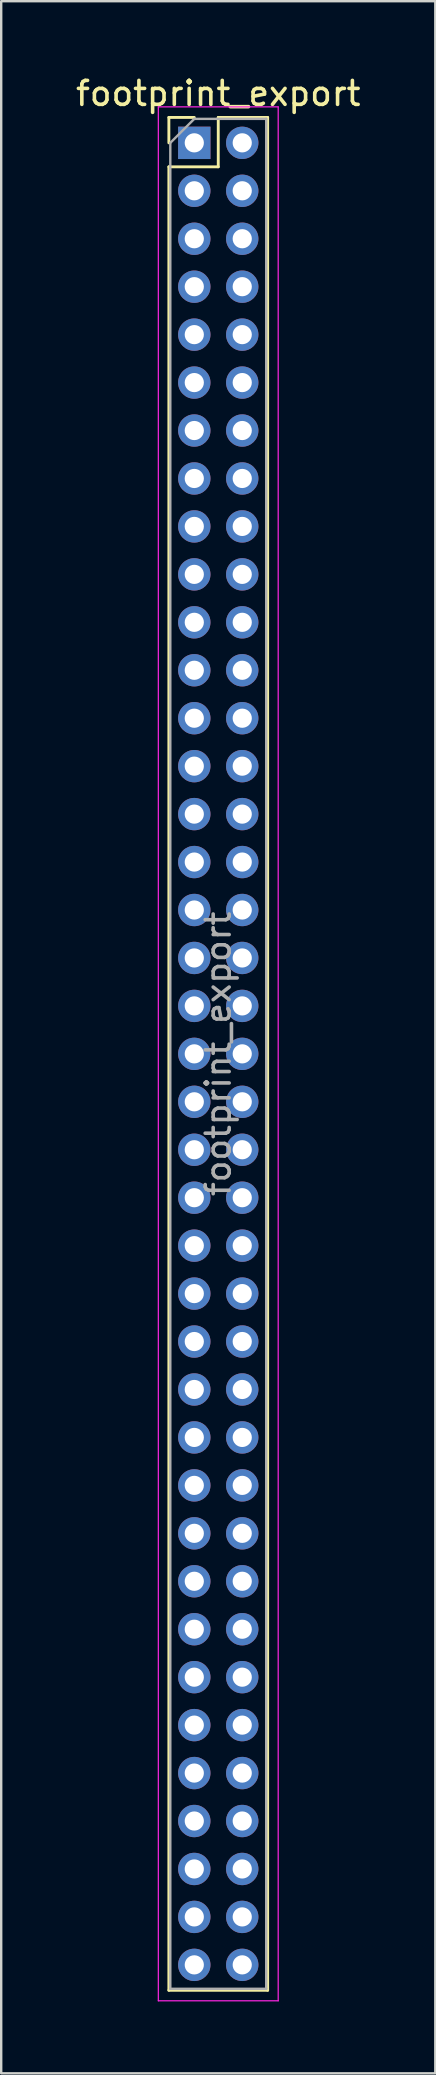
<source format=kicad_pcb>
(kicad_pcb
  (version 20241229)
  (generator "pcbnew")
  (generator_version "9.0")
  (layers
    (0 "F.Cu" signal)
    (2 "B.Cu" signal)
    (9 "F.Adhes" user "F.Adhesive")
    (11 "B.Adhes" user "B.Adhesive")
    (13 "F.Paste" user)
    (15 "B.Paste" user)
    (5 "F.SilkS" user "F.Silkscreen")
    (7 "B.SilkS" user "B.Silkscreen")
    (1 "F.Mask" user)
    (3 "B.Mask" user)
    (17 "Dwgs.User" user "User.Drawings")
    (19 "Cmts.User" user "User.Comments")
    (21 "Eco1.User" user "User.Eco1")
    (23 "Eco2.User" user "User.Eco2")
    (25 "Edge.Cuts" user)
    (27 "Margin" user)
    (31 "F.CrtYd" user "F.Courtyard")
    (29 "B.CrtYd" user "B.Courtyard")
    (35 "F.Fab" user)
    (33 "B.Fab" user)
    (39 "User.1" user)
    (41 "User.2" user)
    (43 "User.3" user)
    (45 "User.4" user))
  (footprint "footprint_export"
    (layer "F.Cu")
    (at 5.054 2.908)
    (property "Reference" "footprint_export" (at 1 -2.06 0) (layer "F.SilkS") (effects (font (size 1 1) (thickness 0.15))))
    (attr through_hole)
    (fp_line (start -1.06 -1.06) (end 0 -1.06) (stroke (width 0.12) (type solid)) (layer "F.SilkS"))
    (fp_line (start -1.06 0) (end -1.06 -1.06) (stroke (width 0.12) (type solid)) (layer "F.SilkS"))
    (fp_line (start -1.06 1) (end -1.06 77.06) (stroke (width 0.12) (type solid)) (layer "F.SilkS"))
    (fp_line (start -1.06 1) (end 1 1) (stroke (width 0.12) (type solid)) (layer "F.SilkS"))
    (fp_line (start -1.06 77.06) (end 3.06 77.06) (stroke (width 0.12) (type solid)) (layer "F.SilkS"))
    (fp_line (start 1 -1.06) (end 3.06 -1.06) (stroke (width 0.12) (type solid)) (layer "F.SilkS"))
    (fp_line (start 1 1) (end 1 -1.06) (stroke (width 0.12) (type solid)) (layer "F.SilkS"))
    (fp_line (start 3.06 -1.06) (end 3.06 77.06) (stroke (width 0.12) (type solid)) (layer "F.SilkS"))
    (fp_line (start -1.5 -1.5) (end -1.5 77.5) (stroke (width 0.05) (type solid)) (layer "F.CrtYd"))
    (fp_line (start -1.5 77.5) (end 3.5 77.5) (stroke (width 0.05) (type solid)) (layer "F.CrtYd"))
    (fp_line (start 3.5 -1.5) (end -1.5 -1.5) (stroke (width 0.05) (type solid)) (layer "F.CrtYd"))
    (fp_line (start 3.5 77.5) (end 3.5 -1.5) (stroke (width 0.05) (type solid)) (layer "F.CrtYd"))
    (fp_line (start -1 0) (end 0 -1) (stroke (width 0.1) (type solid)) (layer "F.Fab"))
    (fp_line (start -1 77) (end -1 0) (stroke (width 0.1) (type solid)) (layer "F.Fab"))
    (fp_line (start 0 -1) (end 3 -1) (stroke (width 0.1) (type solid)) (layer "F.Fab"))
    (fp_line (start 3 -1) (end 3 77) (stroke (width 0.1) (type solid)) (layer "F.Fab"))
    (fp_line (start 3 77) (end -1 77) (stroke (width 0.1) (type solid)) (layer "F.Fab"))
    (fp_text user "${REFERENCE}" (at 1 38 90) (layer "F.Fab") (effects (font (size 1 1) (thickness 0.15))))
    (pad "1" thru_hole rect (at 0 0) (size 1.35 1.35) (drill 0.8) (layers "*.Cu" "*.Mask"))
    (pad "2" thru_hole oval (at 2 0) (size 1.35 1.35) (drill 0.8) (layers "*.Cu" "*.Mask"))
    (pad "3" thru_hole oval (at 0 2) (size 1.35 1.35) (drill 0.8) (layers "*.Cu" "*.Mask"))
    (pad "4" thru_hole oval (at 2 2) (size 1.35 1.35) (drill 0.8) (layers "*.Cu" "*.Mask"))
    (pad "5" thru_hole oval (at 0 4) (size 1.35 1.35) (drill 0.8) (layers "*.Cu" "*.Mask"))
    (pad "6" thru_hole oval (at 2 4) (size 1.35 1.35) (drill 0.8) (layers "*.Cu" "*.Mask"))
    (pad "7" thru_hole oval (at 0 6) (size 1.35 1.35) (drill 0.8) (layers "*.Cu" "*.Mask"))
    (pad "8" thru_hole oval (at 2 6) (size 1.35 1.35) (drill 0.8) (layers "*.Cu" "*.Mask"))
    (pad "9" thru_hole oval (at 0 8) (size 1.35 1.35) (drill 0.8) (layers "*.Cu" "*.Mask"))
    (pad "10" thru_hole oval (at 2 8) (size 1.35 1.35) (drill 0.8) (layers "*.Cu" "*.Mask"))
    (pad "11" thru_hole oval (at 0 10) (size 1.35 1.35) (drill 0.8) (layers "*.Cu" "*.Mask"))
    (pad "12" thru_hole oval (at 2 10) (size 1.35 1.35) (drill 0.8) (layers "*.Cu" "*.Mask"))
    (pad "13" thru_hole oval (at 0 12) (size 1.35 1.35) (drill 0.8) (layers "*.Cu" "*.Mask"))
    (pad "14" thru_hole oval (at 2 12) (size 1.35 1.35) (drill 0.8) (layers "*.Cu" "*.Mask"))
    (pad "15" thru_hole oval (at 0 14) (size 1.35 1.35) (drill 0.8) (layers "*.Cu" "*.Mask"))
    (pad "16" thru_hole oval (at 2 14) (size 1.35 1.35) (drill 0.8) (layers "*.Cu" "*.Mask"))
    (pad "17" thru_hole oval (at 0 16) (size 1.35 1.35) (drill 0.8) (layers "*.Cu" "*.Mask"))
    (pad "18" thru_hole oval (at 2 16) (size 1.35 1.35) (drill 0.8) (layers "*.Cu" "*.Mask"))
    (pad "19" thru_hole oval (at 0 18) (size 1.35 1.35) (drill 0.8) (layers "*.Cu" "*.Mask"))
    (pad "20" thru_hole oval (at 2 18) (size 1.35 1.35) (drill 0.8) (layers "*.Cu" "*.Mask"))
    (pad "21" thru_hole oval (at 0 20) (size 1.35 1.35) (drill 0.8) (layers "*.Cu" "*.Mask"))
    (pad "22" thru_hole oval (at 2 20) (size 1.35 1.35) (drill 0.8) (layers "*.Cu" "*.Mask"))
    (pad "23" thru_hole oval (at 0 22) (size 1.35 1.35) (drill 0.8) (layers "*.Cu" "*.Mask"))
    (pad "24" thru_hole oval (at 2 22) (size 1.35 1.35) (drill 0.8) (layers "*.Cu" "*.Mask"))
    (pad "25" thru_hole oval (at 0 24) (size 1.35 1.35) (drill 0.8) (layers "*.Cu" "*.Mask"))
    (pad "26" thru_hole oval (at 2 24) (size 1.35 1.35) (drill 0.8) (layers "*.Cu" "*.Mask"))
    (pad "27" thru_hole oval (at 0 26) (size 1.35 1.35) (drill 0.8) (layers "*.Cu" "*.Mask"))
    (pad "28" thru_hole oval (at 2 26) (size 1.35 1.35) (drill 0.8) (layers "*.Cu" "*.Mask"))
    (pad "29" thru_hole oval (at 0 28) (size 1.35 1.35) (drill 0.8) (layers "*.Cu" "*.Mask"))
    (pad "30" thru_hole oval (at 2 28) (size 1.35 1.35) (drill 0.8) (layers "*.Cu" "*.Mask"))
    (pad "31" thru_hole oval (at 0 30) (size 1.35 1.35) (drill 0.8) (layers "*.Cu" "*.Mask"))
    (pad "32" thru_hole oval (at 2 30) (size 1.35 1.35) (drill 0.8) (layers "*.Cu" "*.Mask"))
    (pad "33" thru_hole oval (at 0 32) (size 1.35 1.35) (drill 0.8) (layers "*.Cu" "*.Mask"))
    (pad "34" thru_hole oval (at 2 32) (size 1.35 1.35) (drill 0.8) (layers "*.Cu" "*.Mask"))
    (pad "35" thru_hole oval (at 0 34) (size 1.35 1.35) (drill 0.8) (layers "*.Cu" "*.Mask"))
    (pad "36" thru_hole oval (at 2 34) (size 1.35 1.35) (drill 0.8) (layers "*.Cu" "*.Mask"))
    (pad "37" thru_hole oval (at 0 36) (size 1.35 1.35) (drill 0.8) (layers "*.Cu" "*.Mask"))
    (pad "38" thru_hole oval (at 2 36) (size 1.35 1.35) (drill 0.8) (layers "*.Cu" "*.Mask"))
    (pad "39" thru_hole oval (at 0 38) (size 1.35 1.35) (drill 0.8) (layers "*.Cu" "*.Mask"))
    (pad "40" thru_hole oval (at 2 38) (size 1.35 1.35) (drill 0.8) (layers "*.Cu" "*.Mask"))
    (pad "41" thru_hole oval (at 0 40) (size 1.35 1.35) (drill 0.8) (layers "*.Cu" "*.Mask"))
    (pad "42" thru_hole oval (at 2 40) (size 1.35 1.35) (drill 0.8) (layers "*.Cu" "*.Mask"))
    (pad "43" thru_hole oval (at 0 42) (size 1.35 1.35) (drill 0.8) (layers "*.Cu" "*.Mask"))
    (pad "44" thru_hole oval (at 2 42) (size 1.35 1.35) (drill 0.8) (layers "*.Cu" "*.Mask"))
    (pad "45" thru_hole oval (at 0 44) (size 1.35 1.35) (drill 0.8) (layers "*.Cu" "*.Mask"))
    (pad "46" thru_hole oval (at 2 44) (size 1.35 1.35) (drill 0.8) (layers "*.Cu" "*.Mask"))
    (pad "47" thru_hole oval (at 0 46) (size 1.35 1.35) (drill 0.8) (layers "*.Cu" "*.Mask"))
    (pad "48" thru_hole oval (at 2 46) (size 1.35 1.35) (drill 0.8) (layers "*.Cu" "*.Mask"))
    (pad "49" thru_hole oval (at 0 48) (size 1.35 1.35) (drill 0.8) (layers "*.Cu" "*.Mask"))
    (pad "50" thru_hole oval (at 2 48) (size 1.35 1.35) (drill 0.8) (layers "*.Cu" "*.Mask"))
    (pad "51" thru_hole oval (at 0 50) (size 1.35 1.35) (drill 0.8) (layers "*.Cu" "*.Mask"))
    (pad "52" thru_hole oval (at 2 50) (size 1.35 1.35) (drill 0.8) (layers "*.Cu" "*.Mask"))
    (pad "53" thru_hole oval (at 0 52) (size 1.35 1.35) (drill 0.8) (layers "*.Cu" "*.Mask"))
    (pad "54" thru_hole oval (at 2 52) (size 1.35 1.35) (drill 0.8) (layers "*.Cu" "*.Mask"))
    (pad "55" thru_hole oval (at 0 54) (size 1.35 1.35) (drill 0.8) (layers "*.Cu" "*.Mask"))
    (pad "56" thru_hole oval (at 2 54) (size 1.35 1.35) (drill 0.8) (layers "*.Cu" "*.Mask"))
    (pad "57" thru_hole oval (at 0 56) (size 1.35 1.35) (drill 0.8) (layers "*.Cu" "*.Mask"))
    (pad "58" thru_hole oval (at 2 56) (size 1.35 1.35) (drill 0.8) (layers "*.Cu" "*.Mask"))
    (pad "59" thru_hole oval (at 0 58) (size 1.35 1.35) (drill 0.8) (layers "*.Cu" "*.Mask"))
    (pad "60" thru_hole oval (at 2 58) (size 1.35 1.35) (drill 0.8) (layers "*.Cu" "*.Mask"))
    (pad "61" thru_hole oval (at 0 60) (size 1.35 1.35) (drill 0.8) (layers "*.Cu" "*.Mask"))
    (pad "62" thru_hole oval (at 2 60) (size 1.35 1.35) (drill 0.8) (layers "*.Cu" "*.Mask"))
    (pad "63" thru_hole oval (at 0 62) (size 1.35 1.35) (drill 0.8) (layers "*.Cu" "*.Mask"))
    (pad "64" thru_hole oval (at 2 62) (size 1.35 1.35) (drill 0.8) (layers "*.Cu" "*.Mask"))
    (pad "65" thru_hole oval (at 0 64) (size 1.35 1.35) (drill 0.8) (layers "*.Cu" "*.Mask"))
    (pad "66" thru_hole oval (at 2 64) (size 1.35 1.35) (drill 0.8) (layers "*.Cu" "*.Mask"))
    (pad "67" thru_hole oval (at 0 66) (size 1.35 1.35) (drill 0.8) (layers "*.Cu" "*.Mask"))
    (pad "68" thru_hole oval (at 2 66) (size 1.35 1.35) (drill 0.8) (layers "*.Cu" "*.Mask"))
    (pad "69" thru_hole oval (at 0 68) (size 1.35 1.35) (drill 0.8) (layers "*.Cu" "*.Mask"))
    (pad "70" thru_hole oval (at 2 68) (size 1.35 1.35) (drill 0.8) (layers "*.Cu" "*.Mask"))
    (pad "71" thru_hole oval (at 0 70) (size 1.35 1.35) (drill 0.8) (layers "*.Cu" "*.Mask"))
    (pad "72" thru_hole oval (at 2 70) (size 1.35 1.35) (drill 0.8) (layers "*.Cu" "*.Mask"))
    (pad "73" thru_hole oval (at 0 72) (size 1.35 1.35) (drill 0.8) (layers "*.Cu" "*.Mask"))
    (pad "74" thru_hole oval (at 2 72) (size 1.35 1.35) (drill 0.8) (layers "*.Cu" "*.Mask"))
    (pad "75" thru_hole oval (at 0 74) (size 1.35 1.35) (drill 0.8) (layers "*.Cu" "*.Mask"))
    (pad "76" thru_hole oval (at 2 74) (size 1.35 1.35) (drill 0.8) (layers "*.Cu" "*.Mask"))
    (pad "77" thru_hole oval (at 0 76) (size 1.35 1.35) (drill 0.8) (layers "*.Cu" "*.Mask"))
    (pad "78" thru_hole oval (at 2 76) (size 1.35 1.35) (drill 0.8) (layers "*.Cu" "*.Mask")))
  (gr_rect
    (start -3 -3)
    (end 15.107 83.433)
    (stroke (width 0.1) (type default))
    (fill no)
    (layer "Edge.Cuts")))
</source>
